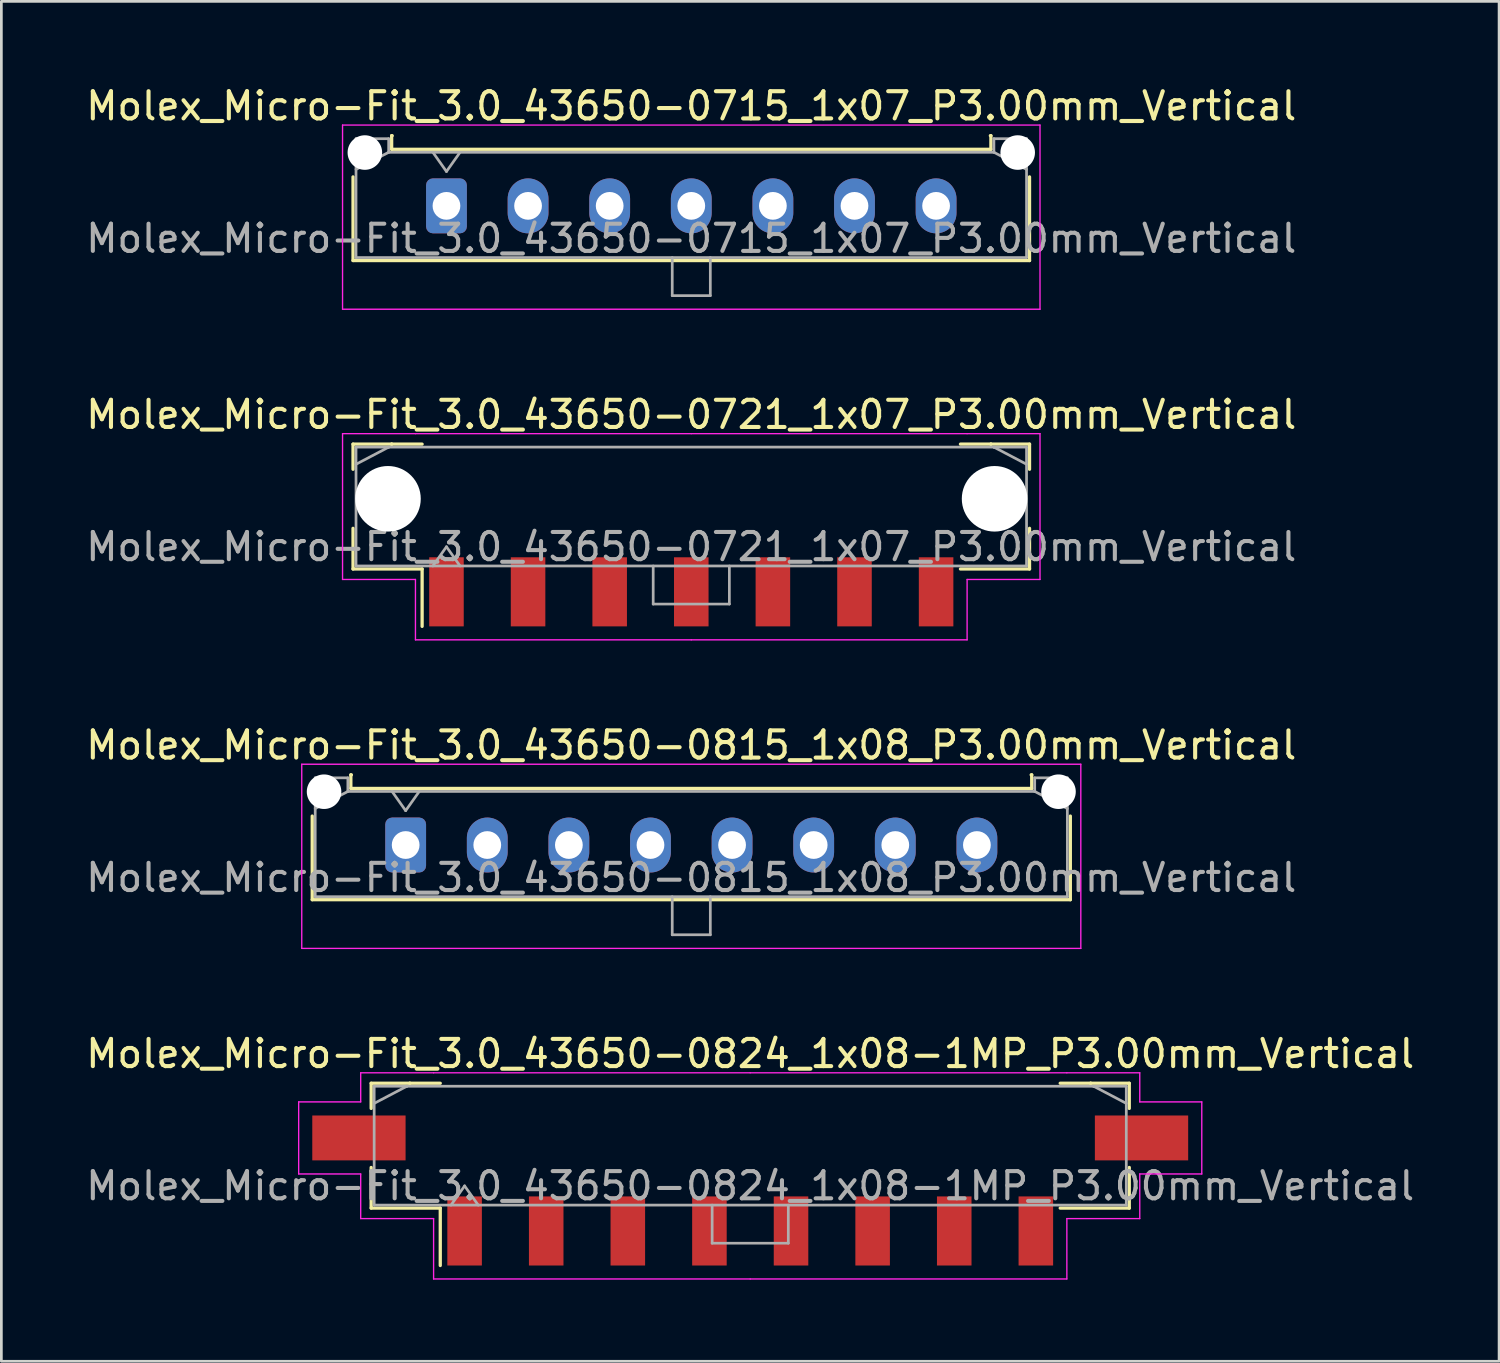
<source format=kicad_pcb>
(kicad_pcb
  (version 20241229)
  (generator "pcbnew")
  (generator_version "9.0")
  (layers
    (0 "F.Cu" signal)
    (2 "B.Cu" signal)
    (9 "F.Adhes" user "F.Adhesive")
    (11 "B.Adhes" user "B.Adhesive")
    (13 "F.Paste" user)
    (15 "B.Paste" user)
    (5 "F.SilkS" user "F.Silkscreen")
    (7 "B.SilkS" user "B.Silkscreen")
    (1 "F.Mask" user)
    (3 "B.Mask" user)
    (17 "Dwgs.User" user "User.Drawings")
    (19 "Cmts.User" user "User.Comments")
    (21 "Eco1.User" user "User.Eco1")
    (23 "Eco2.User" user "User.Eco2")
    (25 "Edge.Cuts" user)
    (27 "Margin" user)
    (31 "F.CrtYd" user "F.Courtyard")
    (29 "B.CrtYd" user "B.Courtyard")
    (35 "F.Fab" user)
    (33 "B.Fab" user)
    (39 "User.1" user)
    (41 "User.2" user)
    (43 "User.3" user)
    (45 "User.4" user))
  (footprint "Molex_Micro-Fit_3.0_43650-0721_1x07_P3.00mm_Vertical"
    (layer "F.Cu")
    (at 22.363 15.572)
    (property "Reference" "Molex_Micro-Fit_3.0_43650-0721_1x07_P3.00mm_Vertical" (at 0 -3.38 0) (layer "F.SilkS") (effects (font (size 1 1) (thickness 0.15))))
    (attr smd)
    (fp_line (start -12.435 -2.295) (end -11.015 -2.295) (stroke (width 0.12) (type solid)) (layer "F.SilkS"))
    (fp_line (start -12.435 -1.37) (end -12.435 -2.295) (stroke (width 0.12) (type solid)) (layer "F.SilkS"))
    (fp_line (start -12.435 0.8) (end -12.435 2.295) (stroke (width 0.12) (type solid)) (layer "F.SilkS"))
    (fp_line (start -12.435 2.295) (end -9.895 2.295) (stroke (width 0.12) (type solid)) (layer "F.SilkS"))
    (fp_line (start -11.015 -2.295) (end -11.015 -2.295) (stroke (width 0.12) (type solid)) (layer "F.SilkS"))
    (fp_line (start -11.015 -2.295) (end -9.895 -2.295) (stroke (width 0.12) (type solid)) (layer "F.SilkS"))
    (fp_line (start -9.895 2.295) (end -9.895 4.405) (stroke (width 0.12) (type solid)) (layer "F.SilkS"))
    (fp_line (start 11.015 -2.295) (end 9.895 -2.295) (stroke (width 0.12) (type solid)) (layer "F.SilkS"))
    (fp_line (start 11.015 -2.295) (end 11.015 -2.295) (stroke (width 0.12) (type solid)) (layer "F.SilkS"))
    (fp_line (start 12.435 -2.295) (end 11.015 -2.295) (stroke (width 0.12) (type solid)) (layer "F.SilkS"))
    (fp_line (start 12.435 -1.37) (end 12.435 -2.295) (stroke (width 0.12) (type solid)) (layer "F.SilkS"))
    (fp_line (start 12.435 0.8) (end 12.435 2.295) (stroke (width 0.12) (type solid)) (layer "F.SilkS"))
    (fp_line (start 12.435 2.295) (end 9.895 2.295) (stroke (width 0.12) (type solid)) (layer "F.SilkS"))
    (fp_line (start -12.82 -2.68) (end -12.82 2.68) (stroke (width 0.05) (type solid)) (layer "F.CrtYd"))
    (fp_line (start -12.82 2.68) (end -10.14 2.68) (stroke (width 0.05) (type solid)) (layer "F.CrtYd"))
    (fp_line (start -10.14 -2.68) (end -12.82 -2.68) (stroke (width 0.05) (type solid)) (layer "F.CrtYd"))
    (fp_line (start -10.14 2.68) (end -10.14 4.9) (stroke (width 0.05) (type solid)) (layer "F.CrtYd"))
    (fp_line (start -10.14 4.9) (end 0 4.9) (stroke (width 0.05) (type solid)) (layer "F.CrtYd"))
    (fp_line (start 0 -2.68) (end -10.14 -2.68) (stroke (width 0.05) (type solid)) (layer "F.CrtYd"))
    (fp_line (start 0 -2.68) (end 10.14 -2.68) (stroke (width 0.05) (type solid)) (layer "F.CrtYd"))
    (fp_line (start 10.14 -2.68) (end 12.82 -2.68) (stroke (width 0.05) (type solid)) (layer "F.CrtYd"))
    (fp_line (start 10.14 2.68) (end 10.14 4.9) (stroke (width 0.05) (type solid)) (layer "F.CrtYd"))
    (fp_line (start 10.14 4.9) (end 0 4.9) (stroke (width 0.05) (type solid)) (layer "F.CrtYd"))
    (fp_line (start 12.82 -2.68) (end 12.82 2.68) (stroke (width 0.05) (type solid)) (layer "F.CrtYd"))
    (fp_line (start 12.82 2.68) (end 10.14 2.68) (stroke (width 0.05) (type solid)) (layer "F.CrtYd"))
    (fp_line (start -12.325 -2.185) (end -12.325 2.185) (stroke (width 0.1) (type solid)) (layer "F.Fab"))
    (fp_line (start -12.325 -1.555) (end -11.125 -2.185) (stroke (width 0.1) (type solid)) (layer "F.Fab"))
    (fp_line (start -12.325 2.185) (end 12.325 2.185) (stroke (width 0.1) (type solid)) (layer "F.Fab"))
    (fp_line (start -11.125 -2.185) (end -12.325 -2.185) (stroke (width 0.1) (type solid)) (layer "F.Fab"))
    (fp_line (start -11.125 -2.185) (end -11.125 -2.185) (stroke (width 0.1) (type solid)) (layer "F.Fab"))
    (fp_line (start -9.5 2.185) (end -9 1.478) (stroke (width 0.1) (type solid)) (layer "F.Fab"))
    (fp_line (start -9 1.478) (end -8.5 2.185) (stroke (width 0.1) (type solid)) (layer "F.Fab"))
    (fp_line (start -1.4 2.185) (end -1.4 3.585) (stroke (width 0.1) (type solid)) (layer "F.Fab"))
    (fp_line (start -1.4 3.585) (end 1.4 3.585) (stroke (width 0.1) (type solid)) (layer "F.Fab"))
    (fp_line (start 1.4 3.585) (end 1.4 2.185) (stroke (width 0.1) (type solid)) (layer "F.Fab"))
    (fp_line (start 11.125 -2.185) (end -11.125 -2.185) (stroke (width 0.1) (type solid)) (layer "F.Fab"))
    (fp_line (start 11.125 -2.185) (end 11.125 -2.185) (stroke (width 0.1) (type solid)) (layer "F.Fab"))
    (fp_line (start 12.325 -2.185) (end 11.125 -2.185) (stroke (width 0.1) (type solid)) (layer "F.Fab"))
    (fp_line (start 12.325 -1.555) (end 11.125 -2.185) (stroke (width 0.1) (type solid)) (layer "F.Fab"))
    (fp_line (start 12.325 2.185) (end 12.325 -2.185) (stroke (width 0.1) (type solid)) (layer "F.Fab"))
    (fp_text user "${REFERENCE}" (at 0 1.48 0) (layer "F.Fab") (effects (font (size 1 1) (thickness 0.15))))
    (pad "" np_thru_hole circle (at -11.15 -0.285) (size 2.41 2.41) (drill 2.41) (layers "*.Cu" "*.Mask"))
    (pad "" np_thru_hole circle (at 11.15 -0.285) (size 2.41 2.41) (drill 2.41) (layers "*.Cu" "*.Mask"))
    (pad "1" smd rect (at -9 3.135) (size 1.27 2.54) (layers "F.Cu" "F.Mask" "F.Paste"))
    (pad "2" smd rect (at -6 3.135) (size 1.27 2.54) (layers "F.Cu" "F.Mask" "F.Paste"))
    (pad "3" smd rect (at -3 3.135) (size 1.27 2.54) (layers "F.Cu" "F.Mask" "F.Paste"))
    (pad "4" smd rect (at 0 3.135) (size 1.27 2.54) (layers "F.Cu" "F.Mask" "F.Paste"))
    (pad "5" smd rect (at 3 3.135) (size 1.27 2.54) (layers "F.Cu" "F.Mask" "F.Paste"))
    (pad "6" smd rect (at 6 3.135) (size 1.27 2.54) (layers "F.Cu" "F.Mask" "F.Paste"))
    (pad "7" smd rect (at 9 3.135) (size 1.27 2.54) (layers "F.Cu" "F.Mask" "F.Paste")))
  (footprint "Molex_Micro-Fit_3.0_43650-0824_1x08-1MP_P3.00mm_Vertical"
    (layer "F.Cu")
    (at 24.53 39.068)
    (property "Reference" "Molex_Micro-Fit_3.0_43650-0824_1x08-1MP_P3.00mm_Vertical" (at 0 -3.38 0) (layer "F.SilkS") (effects (font (size 1 1) (thickness 0.15))))
    (attr smd)
    (fp_line (start -13.935 -2.295) (end -12.515 -2.295) (stroke (width 0.12) (type solid)) (layer "F.SilkS"))
    (fp_line (start -13.935 -1.37) (end -13.935 -2.295) (stroke (width 0.12) (type solid)) (layer "F.SilkS"))
    (fp_line (start -13.935 0.8) (end -13.935 2.295) (stroke (width 0.12) (type solid)) (layer "F.SilkS"))
    (fp_line (start -13.935 2.295) (end -11.395 2.295) (stroke (width 0.12) (type solid)) (layer "F.SilkS"))
    (fp_line (start -12.515 -2.295) (end -12.515 -2.295) (stroke (width 0.12) (type solid)) (layer "F.SilkS"))
    (fp_line (start -12.515 -2.295) (end -11.395 -2.295) (stroke (width 0.12) (type solid)) (layer "F.SilkS"))
    (fp_line (start -11.395 2.295) (end -11.395 4.405) (stroke (width 0.12) (type solid)) (layer "F.SilkS"))
    (fp_line (start 12.515 -2.295) (end 11.395 -2.295) (stroke (width 0.12) (type solid)) (layer "F.SilkS"))
    (fp_line (start 12.515 -2.295) (end 12.515 -2.295) (stroke (width 0.12) (type solid)) (layer "F.SilkS"))
    (fp_line (start 13.935 -2.295) (end 12.515 -2.295) (stroke (width 0.12) (type solid)) (layer "F.SilkS"))
    (fp_line (start 13.935 -1.37) (end 13.935 -2.295) (stroke (width 0.12) (type solid)) (layer "F.SilkS"))
    (fp_line (start 13.935 0.8) (end 13.935 2.295) (stroke (width 0.12) (type solid)) (layer "F.SilkS"))
    (fp_line (start 13.935 2.295) (end 11.395 2.295) (stroke (width 0.12) (type solid)) (layer "F.SilkS"))
    (fp_line (start -16.6 -1.61) (end -16.6 1.04) (stroke (width 0.05) (type solid)) (layer "F.CrtYd"))
    (fp_line (start -16.6 1.04) (end -14.32 1.04) (stroke (width 0.05) (type solid)) (layer "F.CrtYd"))
    (fp_line (start -14.32 -2.68) (end -14.32 -1.61) (stroke (width 0.05) (type solid)) (layer "F.CrtYd"))
    (fp_line (start -14.32 -1.61) (end -16.6 -1.61) (stroke (width 0.05) (type solid)) (layer "F.CrtYd"))
    (fp_line (start -14.32 1.04) (end -14.32 2.68) (stroke (width 0.05) (type solid)) (layer "F.CrtYd"))
    (fp_line (start -14.32 2.68) (end -11.64 2.68) (stroke (width 0.05) (type solid)) (layer "F.CrtYd"))
    (fp_line (start -11.64 -2.68) (end -14.32 -2.68) (stroke (width 0.05) (type solid)) (layer "F.CrtYd"))
    (fp_line (start -11.64 2.68) (end -11.64 4.9) (stroke (width 0.05) (type solid)) (layer "F.CrtYd"))
    (fp_line (start -11.64 4.9) (end 0 4.9) (stroke (width 0.05) (type solid)) (layer "F.CrtYd"))
    (fp_line (start 0 -2.68) (end -11.64 -2.68) (stroke (width 0.05) (type solid)) (layer "F.CrtYd"))
    (fp_line (start 0 -2.68) (end 11.64 -2.68) (stroke (width 0.05) (type solid)) (layer "F.CrtYd"))
    (fp_line (start 11.64 -2.68) (end 14.32 -2.68) (stroke (width 0.05) (type solid)) (layer "F.CrtYd"))
    (fp_line (start 11.64 2.68) (end 11.64 4.9) (stroke (width 0.05) (type solid)) (layer "F.CrtYd"))
    (fp_line (start 11.64 4.9) (end 0 4.9) (stroke (width 0.05) (type solid)) (layer "F.CrtYd"))
    (fp_line (start 14.32 -2.68) (end 14.32 -1.61) (stroke (width 0.05) (type solid)) (layer "F.CrtYd"))
    (fp_line (start 14.32 -1.61) (end 16.6 -1.61) (stroke (width 0.05) (type solid)) (layer "F.CrtYd"))
    (fp_line (start 14.32 1.04) (end 14.32 2.68) (stroke (width 0.05) (type solid)) (layer "F.CrtYd"))
    (fp_line (start 14.32 2.68) (end 11.64 2.68) (stroke (width 0.05) (type solid)) (layer "F.CrtYd"))
    (fp_line (start 16.6 -1.61) (end 16.6 1.04) (stroke (width 0.05) (type solid)) (layer "F.CrtYd"))
    (fp_line (start 16.6 1.04) (end 14.32 1.04) (stroke (width 0.05) (type solid)) (layer "F.CrtYd"))
    (fp_line (start -13.825 -2.185) (end -13.825 2.185) (stroke (width 0.1) (type solid)) (layer "F.Fab"))
    (fp_line (start -13.825 -1.555) (end -12.625 -2.185) (stroke (width 0.1) (type solid)) (layer "F.Fab"))
    (fp_line (start -13.825 2.185) (end 13.825 2.185) (stroke (width 0.1) (type solid)) (layer "F.Fab"))
    (fp_line (start -12.625 -2.185) (end -13.825 -2.185) (stroke (width 0.1) (type solid)) (layer "F.Fab"))
    (fp_line (start -12.625 -2.185) (end -12.625 -2.185) (stroke (width 0.1) (type solid)) (layer "F.Fab"))
    (fp_line (start -11 2.185) (end -10.5 1.478) (stroke (width 0.1) (type solid)) (layer "F.Fab"))
    (fp_line (start -10.5 1.478) (end -10 2.185) (stroke (width 0.1) (type solid)) (layer "F.Fab"))
    (fp_line (start -1.4 2.185) (end -1.4 3.585) (stroke (width 0.1) (type solid)) (layer "F.Fab"))
    (fp_line (start -1.4 3.585) (end 1.4 3.585) (stroke (width 0.1) (type solid)) (layer "F.Fab"))
    (fp_line (start 1.4 3.585) (end 1.4 2.185) (stroke (width 0.1) (type solid)) (layer "F.Fab"))
    (fp_line (start 12.625 -2.185) (end -12.625 -2.185) (stroke (width 0.1) (type solid)) (layer "F.Fab"))
    (fp_line (start 12.625 -2.185) (end 12.625 -2.185) (stroke (width 0.1) (type solid)) (layer "F.Fab"))
    (fp_line (start 13.825 -2.185) (end 12.625 -2.185) (stroke (width 0.1) (type solid)) (layer "F.Fab"))
    (fp_line (start 13.825 -1.555) (end 12.625 -2.185) (stroke (width 0.1) (type solid)) (layer "F.Fab"))
    (fp_line (start 13.825 2.185) (end 13.825 -2.185) (stroke (width 0.1) (type solid)) (layer "F.Fab"))
    (fp_text user "${REFERENCE}" (at 0 1.48 0) (layer "F.Fab") (effects (font (size 1 1) (thickness 0.15))))
    (pad "1" smd rect (at -10.5 3.135) (size 1.27 2.54) (layers "F.Cu" "F.Mask" "F.Paste"))
    (pad "2" smd rect (at -7.5 3.135) (size 1.27 2.54) (layers "F.Cu" "F.Mask" "F.Paste"))
    (pad "3" smd rect (at -4.5 3.135) (size 1.27 2.54) (layers "F.Cu" "F.Mask" "F.Paste"))
    (pad "4" smd rect (at -1.5 3.135) (size 1.27 2.54) (layers "F.Cu" "F.Mask" "F.Paste"))
    (pad "5" smd rect (at 1.5 3.135) (size 1.27 2.54) (layers "F.Cu" "F.Mask" "F.Paste"))
    (pad "6" smd rect (at 4.5 3.135) (size 1.27 2.54) (layers "F.Cu" "F.Mask" "F.Paste"))
    (pad "7" smd rect (at 7.5 3.135) (size 1.27 2.54) (layers "F.Cu" "F.Mask" "F.Paste"))
    (pad "8" smd rect (at 10.5 3.135) (size 1.27 2.54) (layers "F.Cu" "F.Mask" "F.Paste"))
    (pad "MP" smd rect (at -14.385 -0.285) (size 3.43 1.65) (layers "F.Cu" "F.Mask" "F.Paste"))
    (pad "MP" smd rect (at 14.385 -0.285) (size 3.43 1.65) (layers "F.Cu" "F.Mask" "F.Paste")))
  (footprint "Molex_Micro-Fit_3.0_43650-0815_1x08_P3.00mm_Vertical"
    (layer "F.Cu")
    (at 11.863 28.015)
    (property "Reference" "Molex_Micro-Fit_3.0_43650-0815_1x08_P3.00mm_Vertical" (at 10.5 -3.67 0) (layer "F.SilkS") (effects (font (size 1 1) (thickness 0.15))))
    (attr through_hole)
    (fp_line (start -3.435 -1.065) (end -3.435 2.01) (stroke (width 0.12) (type solid)) (layer "F.SilkS"))
    (fp_line (start -3.435 2.01) (end 24.435 2.01) (stroke (width 0.12) (type solid)) (layer "F.SilkS"))
    (fp_line (start -2.015 -2.58) (end -2.015 -2.08) (stroke (width 0.12) (type solid)) (layer "F.SilkS"))
    (fp_line (start -2.015 -2.08) (end 23.015 -2.08) (stroke (width 0.12) (type solid)) (layer "F.SilkS"))
    (fp_line (start -1.995 -2.58) (end -2.015 -2.58) (stroke (width 0.12) (type solid)) (layer "F.SilkS"))
    (fp_line (start 23.015 -2.58) (end 22.995 -2.58) (stroke (width 0.12) (type solid)) (layer "F.SilkS"))
    (fp_line (start 23.015 -2.08) (end 23.015 -2.58) (stroke (width 0.12) (type solid)) (layer "F.SilkS"))
    (fp_line (start 24.435 2.01) (end 24.435 -1.065) (stroke (width 0.12) (type solid)) (layer "F.SilkS"))
    (fp_line (start -3.82 -2.97) (end 24.82 -2.97) (stroke (width 0.05) (type solid)) (layer "F.CrtYd"))
    (fp_line (start -3.82 3.8) (end -3.82 -2.97) (stroke (width 0.05) (type solid)) (layer "F.CrtYd"))
    (fp_line (start 24.82 -2.97) (end 24.82 3.8) (stroke (width 0.05) (type solid)) (layer "F.CrtYd"))
    (fp_line (start 24.82 3.8) (end -3.82 3.8) (stroke (width 0.05) (type solid)) (layer "F.CrtYd"))
    (fp_line (start -3.325 -2.47) (end -3.325 1.9) (stroke (width 0.1) (type solid)) (layer "F.Fab"))
    (fp_line (start -3.325 -1.34) (end -2.125 -1.97) (stroke (width 0.1) (type solid)) (layer "F.Fab"))
    (fp_line (start -3.325 1.9) (end 24.325 1.9) (stroke (width 0.1) (type solid)) (layer "F.Fab"))
    (fp_line (start -2.125 -2.47) (end -3.325 -2.47) (stroke (width 0.1) (type solid)) (layer "F.Fab"))
    (fp_line (start -2.125 -1.97) (end -2.125 -2.47) (stroke (width 0.1) (type solid)) (layer "F.Fab"))
    (fp_line (start -0.5 -1.97) (end 0 -1.263) (stroke (width 0.1) (type solid)) (layer "F.Fab"))
    (fp_line (start 0 -1.263) (end 0.5 -1.97) (stroke (width 0.1) (type solid)) (layer "F.Fab"))
    (fp_line (start 9.8 1.9) (end 9.8 3.3) (stroke (width 0.1) (type solid)) (layer "F.Fab"))
    (fp_line (start 9.8 3.3) (end 11.2 3.3) (stroke (width 0.1) (type solid)) (layer "F.Fab"))
    (fp_line (start 11.2 3.3) (end 11.2 1.9) (stroke (width 0.1) (type solid)) (layer "F.Fab"))
    (fp_line (start 23.125 -2.47) (end 23.125 -1.97) (stroke (width 0.1) (type solid)) (layer "F.Fab"))
    (fp_line (start 23.125 -1.97) (end -2.125 -1.97) (stroke (width 0.1) (type solid)) (layer "F.Fab"))
    (fp_line (start 24.325 -2.47) (end 23.125 -2.47) (stroke (width 0.1) (type solid)) (layer "F.Fab"))
    (fp_line (start 24.325 -1.34) (end 23.125 -1.97) (stroke (width 0.1) (type solid)) (layer "F.Fab"))
    (fp_line (start 24.325 1.9) (end 24.325 -2.47) (stroke (width 0.1) (type solid)) (layer "F.Fab"))
    (fp_text user "${REFERENCE}" (at 10.5 1.2 0) (layer "F.Fab") (effects (font (size 1 1) (thickness 0.15))))
    (pad "" np_thru_hole circle (at -3 -1.96) (size 1.27 1.27) (drill 1.27) (layers "*.Cu" "*.Mask"))
    (pad "" np_thru_hole circle (at 24 -1.96) (size 1.27 1.27) (drill 1.27) (layers "*.Cu" "*.Mask"))
    (pad "1" thru_hole roundrect (at 0 0) (size 1.5 2.02) (drill 1.02) (layers "*.Cu" "*.Mask") (roundrect_rratio 0.167))
    (pad "2" thru_hole oval (at 3 0) (size 1.5 2.02) (drill 1.02) (layers "*.Cu" "*.Mask"))
    (pad "3" thru_hole oval (at 6 0) (size 1.5 2.02) (drill 1.02) (layers "*.Cu" "*.Mask"))
    (pad "4" thru_hole oval (at 9 0) (size 1.5 2.02) (drill 1.02) (layers "*.Cu" "*.Mask"))
    (pad "5" thru_hole oval (at 12 0) (size 1.5 2.02) (drill 1.02) (layers "*.Cu" "*.Mask"))
    (pad "6" thru_hole oval (at 15 0) (size 1.5 2.02) (drill 1.02) (layers "*.Cu" "*.Mask"))
    (pad "7" thru_hole oval (at 18 0) (size 1.5 2.02) (drill 1.02) (layers "*.Cu" "*.Mask"))
    (pad "8" thru_hole oval (at 21 0) (size 1.5 2.02) (drill 1.02) (layers "*.Cu" "*.Mask")))
  (footprint "Molex_Micro-Fit_3.0_43650-0715_1x07_P3.00mm_Vertical"
    (layer "F.Cu")
    (at 13.363 4.518)
    (property "Reference" "Molex_Micro-Fit_3.0_43650-0715_1x07_P3.00mm_Vertical" (at 9 -3.67 0) (layer "F.SilkS") (effects (font (size 1 1) (thickness 0.15))))
    (attr through_hole)
    (fp_line (start -3.435 -1.065) (end -3.435 2.01) (stroke (width 0.12) (type solid)) (layer "F.SilkS"))
    (fp_line (start -3.435 2.01) (end 21.435 2.01) (stroke (width 0.12) (type solid)) (layer "F.SilkS"))
    (fp_line (start -2.015 -2.58) (end -2.015 -2.08) (stroke (width 0.12) (type solid)) (layer "F.SilkS"))
    (fp_line (start -2.015 -2.08) (end 20.015 -2.08) (stroke (width 0.12) (type solid)) (layer "F.SilkS"))
    (fp_line (start -1.995 -2.58) (end -2.015 -2.58) (stroke (width 0.12) (type solid)) (layer "F.SilkS"))
    (fp_line (start 20.015 -2.58) (end 19.995 -2.58) (stroke (width 0.12) (type solid)) (layer "F.SilkS"))
    (fp_line (start 20.015 -2.08) (end 20.015 -2.58) (stroke (width 0.12) (type solid)) (layer "F.SilkS"))
    (fp_line (start 21.435 2.01) (end 21.435 -1.065) (stroke (width 0.12) (type solid)) (layer "F.SilkS"))
    (fp_line (start -3.82 -2.97) (end 21.82 -2.97) (stroke (width 0.05) (type solid)) (layer "F.CrtYd"))
    (fp_line (start -3.82 3.8) (end -3.82 -2.97) (stroke (width 0.05) (type solid)) (layer "F.CrtYd"))
    (fp_line (start 21.82 -2.97) (end 21.82 3.8) (stroke (width 0.05) (type solid)) (layer "F.CrtYd"))
    (fp_line (start 21.82 3.8) (end -3.82 3.8) (stroke (width 0.05) (type solid)) (layer "F.CrtYd"))
    (fp_line (start -3.325 -2.47) (end -3.325 1.9) (stroke (width 0.1) (type solid)) (layer "F.Fab"))
    (fp_line (start -3.325 -1.34) (end -2.125 -1.97) (stroke (width 0.1) (type solid)) (layer "F.Fab"))
    (fp_line (start -3.325 1.9) (end 21.325 1.9) (stroke (width 0.1) (type solid)) (layer "F.Fab"))
    (fp_line (start -2.125 -2.47) (end -3.325 -2.47) (stroke (width 0.1) (type solid)) (layer "F.Fab"))
    (fp_line (start -2.125 -1.97) (end -2.125 -2.47) (stroke (width 0.1) (type solid)) (layer "F.Fab"))
    (fp_line (start -0.5 -1.97) (end 0 -1.263) (stroke (width 0.1) (type solid)) (layer "F.Fab"))
    (fp_line (start 0 -1.263) (end 0.5 -1.97) (stroke (width 0.1) (type solid)) (layer "F.Fab"))
    (fp_line (start 8.3 1.9) (end 8.3 3.3) (stroke (width 0.1) (type solid)) (layer "F.Fab"))
    (fp_line (start 8.3 3.3) (end 9.7 3.3) (stroke (width 0.1) (type solid)) (layer "F.Fab"))
    (fp_line (start 9.7 3.3) (end 9.7 1.9) (stroke (width 0.1) (type solid)) (layer "F.Fab"))
    (fp_line (start 20.125 -2.47) (end 20.125 -1.97) (stroke (width 0.1) (type solid)) (layer "F.Fab"))
    (fp_line (start 20.125 -1.97) (end -2.125 -1.97) (stroke (width 0.1) (type solid)) (layer "F.Fab"))
    (fp_line (start 21.325 -2.47) (end 20.125 -2.47) (stroke (width 0.1) (type solid)) (layer "F.Fab"))
    (fp_line (start 21.325 -1.34) (end 20.125 -1.97) (stroke (width 0.1) (type solid)) (layer "F.Fab"))
    (fp_line (start 21.325 1.9) (end 21.325 -2.47) (stroke (width 0.1) (type solid)) (layer "F.Fab"))
    (fp_text user "${REFERENCE}" (at 9 1.2 0) (layer "F.Fab") (effects (font (size 1 1) (thickness 0.15))))
    (pad "" np_thru_hole circle (at -3 -1.96) (size 1.27 1.27) (drill 1.27) (layers "*.Cu" "*.Mask"))
    (pad "" np_thru_hole circle (at 21 -1.96) (size 1.27 1.27) (drill 1.27) (layers "*.Cu" "*.Mask"))
    (pad "1" thru_hole roundrect (at 0 0) (size 1.5 2.02) (drill 1.02) (layers "*.Cu" "*.Mask") (roundrect_rratio 0.167))
    (pad "2" thru_hole oval (at 3 0) (size 1.5 2.02) (drill 1.02) (layers "*.Cu" "*.Mask"))
    (pad "3" thru_hole oval (at 6 0) (size 1.5 2.02) (drill 1.02) (layers "*.Cu" "*.Mask"))
    (pad "4" thru_hole oval (at 9 0) (size 1.5 2.02) (drill 1.02) (layers "*.Cu" "*.Mask"))
    (pad "5" thru_hole oval (at 12 0) (size 1.5 2.02) (drill 1.02) (layers "*.Cu" "*.Mask"))
    (pad "6" thru_hole oval (at 15 0) (size 1.5 2.02) (drill 1.02) (layers "*.Cu" "*.Mask"))
    (pad "7" thru_hole oval (at 18 0) (size 1.5 2.02) (drill 1.02) (layers "*.Cu" "*.Mask")))
  (gr_rect
    (start -3 -3)
    (end 52.06 46.993)
    (stroke (width 0.1) (type default))
    (fill no)
    (layer "Edge.Cuts")))
</source>
